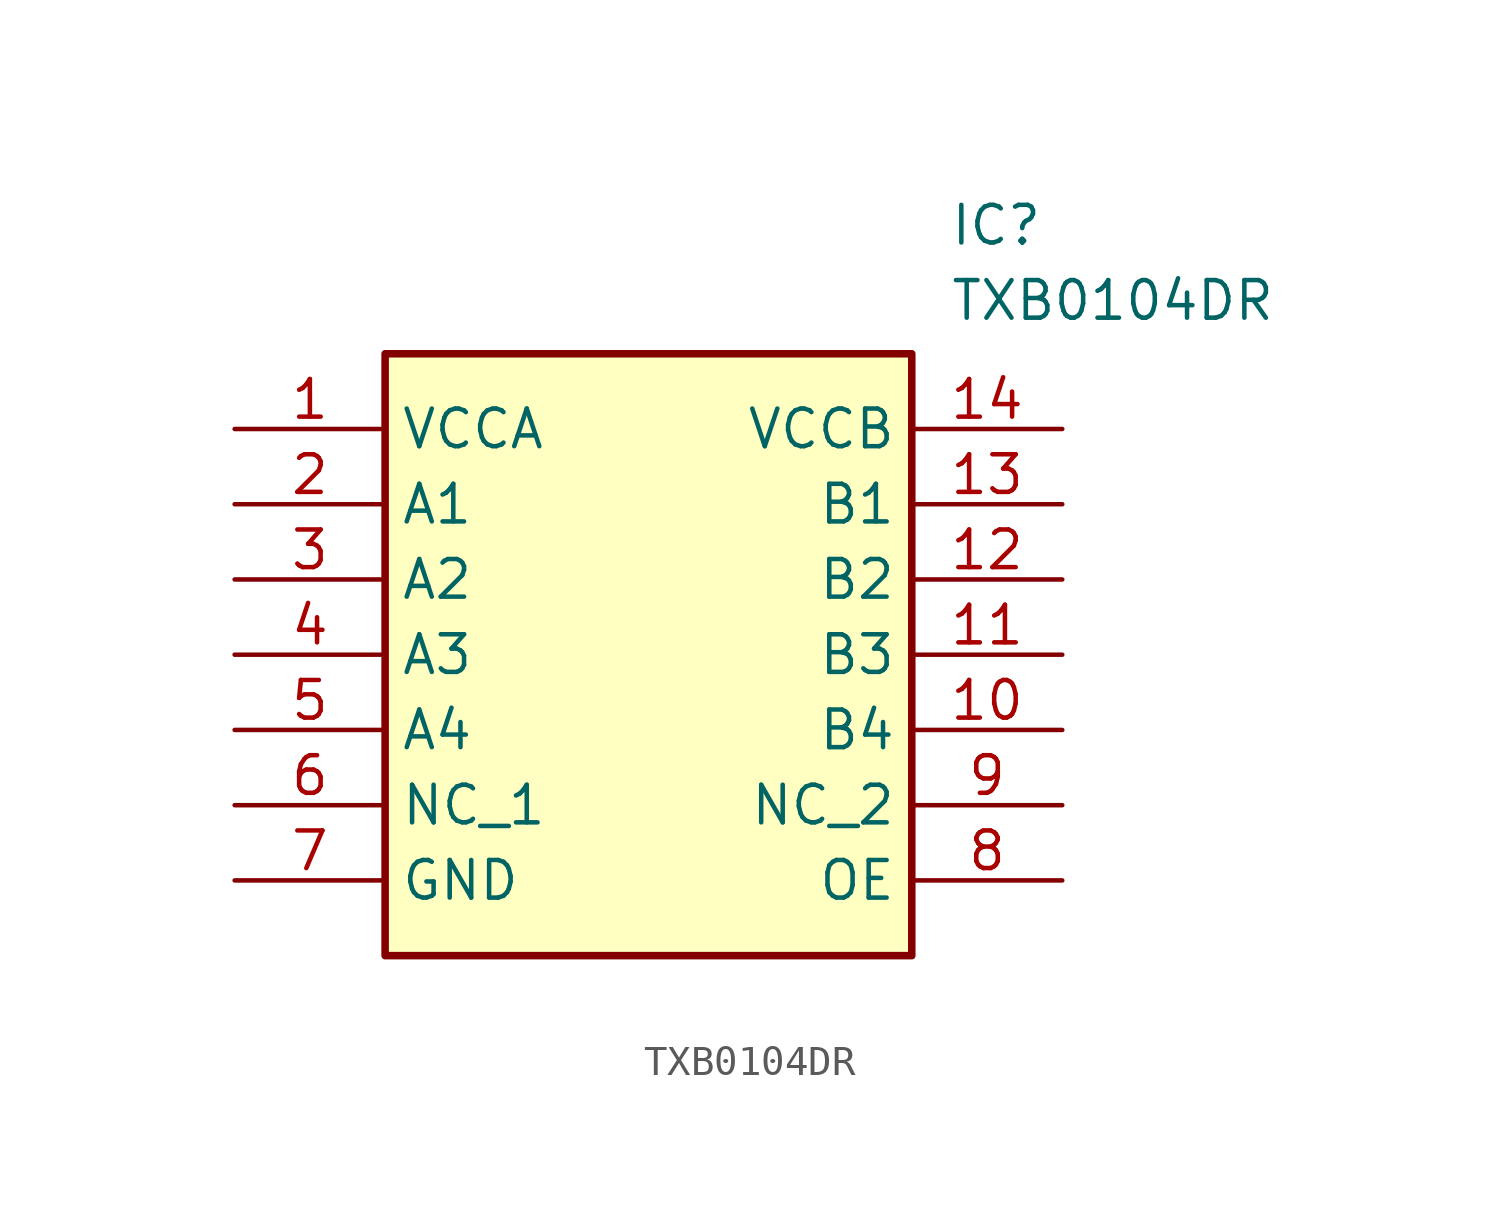
<source format=kicad_sym>
(kicad_symbol_lib
  (version 20211014)
  (generator SamacSys_ECAD_Model)
  (symbol "TXB0104DR"
    (property "Reference" "IC"
      (at 24.13 7.62 0)
      (effects (font (size 1.27 1.27)) (justify left top)))
    (property "Value" "TXB0104DR"
      (at 24.13 5.08 0)
      (effects (font (size 1.27 1.27)) (justify left top)))
    (rectangle
      (start 5.08 2.54)
      (end 22.86 -17.78)
      (stroke (width 0.254) (type default))
      (fill (type background)))
    (pin passive line
      (at 0 0 0)
      (length 5.08)
      (name "VCCA" (effects (font (size 1.27 1.27))))
      (number "1" (effects (font (size 1.27 1.27)))))
    (pin passive line
      (at 0 -2.54 0)
      (length 5.08)
      (name "A1" (effects (font (size 1.27 1.27))))
      (number "2" (effects (font (size 1.27 1.27)))))
    (pin passive line
      (at 0 -5.08 0)
      (length 5.08)
      (name "A2" (effects (font (size 1.27 1.27))))
      (number "3" (effects (font (size 1.27 1.27)))))
    (pin passive line
      (at 0 -7.62 0)
      (length 5.08)
      (name "A3" (effects (font (size 1.27 1.27))))
      (number "4" (effects (font (size 1.27 1.27)))))
    (pin passive line
      (at 0 -10.16 0)
      (length 5.08)
      (name "A4" (effects (font (size 1.27 1.27))))
      (number "5" (effects (font (size 1.27 1.27)))))
    (pin passive line
      (at 0 -12.7 0)
      (length 5.08)
      (name "NC_1" (effects (font (size 1.27 1.27))))
      (number "6" (effects (font (size 1.27 1.27)))))
    (pin passive line
      (at 0 -15.24 0)
      (length 5.08)
      (name "GND" (effects (font (size 1.27 1.27))))
      (number "7" (effects (font (size 1.27 1.27)))))
    (pin passive line
      (at 27.94 0 180)
      (length 5.08)
      (name "VCCB" (effects (font (size 1.27 1.27))))
      (number "14" (effects (font (size 1.27 1.27)))))
    (pin passive line
      (at 27.94 -2.54 180)
      (length 5.08)
      (name "B1" (effects (font (size 1.27 1.27))))
      (number "13" (effects (font (size 1.27 1.27)))))
    (pin passive line
      (at 27.94 -5.08 180)
      (length 5.08)
      (name "B2" (effects (font (size 1.27 1.27))))
      (number "12" (effects (font (size 1.27 1.27)))))
    (pin passive line
      (at 27.94 -7.62 180)
      (length 5.08)
      (name "B3" (effects (font (size 1.27 1.27))))
      (number "11" (effects (font (size 1.27 1.27)))))
    (pin passive line
      (at 27.94 -10.16 180)
      (length 5.08)
      (name "B4" (effects (font (size 1.27 1.27))))
      (number "10" (effects (font (size 1.27 1.27)))))
    (pin passive line
      (at 27.94 -12.7 180)
      (length 5.08)
      (name "NC_2" (effects (font (size 1.27 1.27))))
      (number "9" (effects (font (size 1.27 1.27)))))
    (pin passive line
      (at 27.94 -15.24 180)
      (length 5.08)
      (name "OE" (effects (font (size 1.27 1.27))))
      (number "8" (effects (font (size 1.27 1.27)))))))
</source>
